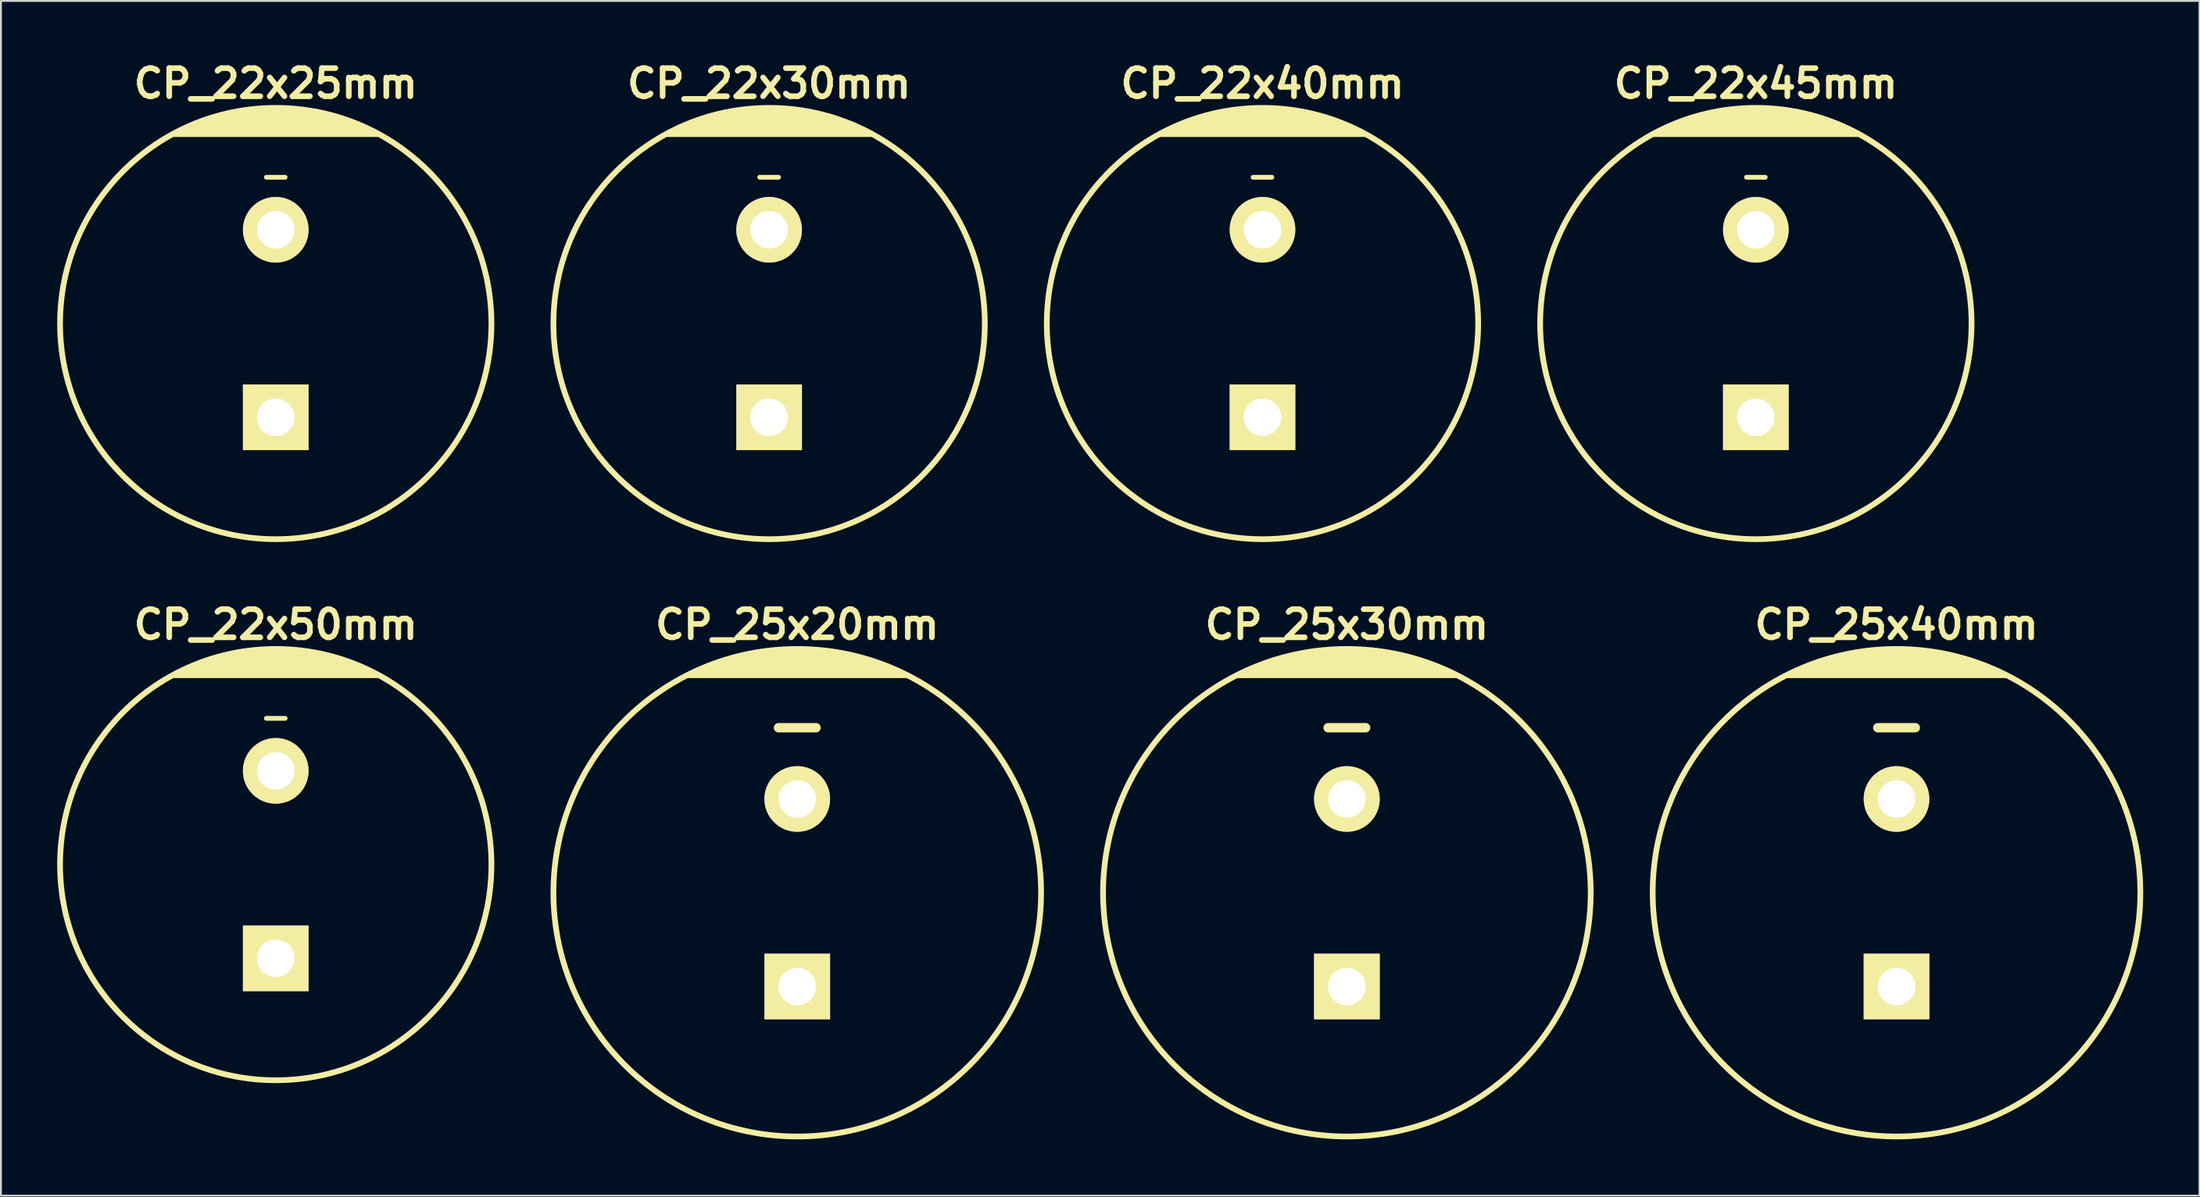
<source format=kicad_pcb>
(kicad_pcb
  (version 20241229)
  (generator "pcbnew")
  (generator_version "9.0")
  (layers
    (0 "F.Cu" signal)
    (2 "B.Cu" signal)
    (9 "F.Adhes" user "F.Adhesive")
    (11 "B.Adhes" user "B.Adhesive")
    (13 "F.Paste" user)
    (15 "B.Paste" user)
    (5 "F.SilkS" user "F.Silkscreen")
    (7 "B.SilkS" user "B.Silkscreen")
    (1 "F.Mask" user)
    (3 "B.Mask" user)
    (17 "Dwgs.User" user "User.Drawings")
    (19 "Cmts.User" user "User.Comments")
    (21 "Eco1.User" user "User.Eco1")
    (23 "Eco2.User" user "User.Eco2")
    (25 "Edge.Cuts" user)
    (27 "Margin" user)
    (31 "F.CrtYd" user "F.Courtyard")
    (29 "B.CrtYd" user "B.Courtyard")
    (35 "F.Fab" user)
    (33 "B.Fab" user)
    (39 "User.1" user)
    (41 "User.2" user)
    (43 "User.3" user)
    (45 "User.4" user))
  (footprint "CP_22x30mm"
    (layer "F.Cu")
    (at 37.957 14.204)
    (property "Reference" "CP_22x30mm" (at 0 -12.8 0) (layer "F.SilkS") (effects (font (size 1.5 1.5) (thickness 0.3))))
    (attr through_hole)
    (fp_line (start -5.4 -10.1) (end 5.4 -10.1) (stroke (width 0.305) (type solid)) (layer "F.SilkS"))
    (fp_line (start -4.5 -10.5) (end 4.5 -10.5) (stroke (width 0.305) (type solid)) (layer "F.SilkS"))
    (fp_line (start -3.5 -10.9) (end 3.5 -10.9) (stroke (width 0.305) (type solid)) (layer "F.SilkS"))
    (fp_line (start -2.9 -11.1) (end 2.9 -11.1) (stroke (width 0.305) (type solid)) (layer "F.SilkS"))
    (fp_line (start -2 -11.3) (end 2 -11.3) (stroke (width 0.305) (type solid)) (layer "F.SilkS"))
    (fp_line (start -0.5 -7.8) (end 0.5 -7.8) (stroke (width 0.254) (type solid)) (layer "F.SilkS"))
    (fp_line (start 4.1 -10.7) (end -4.1 -10.7) (stroke (width 0.305) (type solid)) (layer "F.SilkS"))
    (fp_line (start 5 -10.3) (end -5 -10.3) (stroke (width 0.305) (type solid)) (layer "F.SilkS"))
    (fp_circle (center 0 0) (end -11.5 0) (stroke (width 0.305) (type solid)) (fill no) (layer "F.SilkS"))
    (pad "1" thru_hole rect (at 0 5) (size 3.5 3.5) (drill 2) (layers "*.Cu" "*.Mask" "F.SilkS"))
    (pad "2" thru_hole circle (at 0 -5) (size 3.5 3.5) (drill 2) (layers "*.Cu" "*.Mask" "F.SilkS")))
  (footprint "CP_25x40mm"
    (layer "F.Cu")
    (at 98.067 44.56)
    (property "Reference" "CP_25x40mm" (at 0 -14.3 0) (layer "F.SilkS") (effects (font (size 1.5 1.5) (thickness 0.3))))
    (attr through_hole)
    (fp_line (start -5.8 -11.6) (end 5.8 -11.6) (stroke (width 0.305) (type solid)) (layer "F.SilkS"))
    (fp_line (start -4.9 -12) (end 4.9 -12) (stroke (width 0.305) (type solid)) (layer "F.SilkS"))
    (fp_line (start -3.8 -12.4) (end 3.8 -12.4) (stroke (width 0.305) (type solid)) (layer "F.SilkS"))
    (fp_line (start -2.2 -12.8) (end 2.1 -12.8) (stroke (width 0.305) (type solid)) (layer "F.SilkS"))
    (fp_line (start -1 -8.8) (end 1 -8.8) (stroke (width 0.5) (type solid)) (layer "F.SilkS"))
    (fp_line (start 3 -12.6) (end -3.1 -12.6) (stroke (width 0.305) (type solid)) (layer "F.SilkS"))
    (fp_line (start 4.4 -12.2) (end -4.4 -12.2) (stroke (width 0.305) (type solid)) (layer "F.SilkS"))
    (fp_line (start 5.4 -11.8) (end -5.3 -11.8) (stroke (width 0.305) (type solid)) (layer "F.SilkS"))
    (fp_circle (center 0 0) (end -13 0) (stroke (width 0.305) (type solid)) (fill no) (layer "F.SilkS"))
    (pad "1" thru_hole rect (at 0 5) (size 3.5 3.5) (drill 2) (layers "*.Cu" "*.Mask" "F.SilkS"))
    (pad "2" thru_hole circle (at 0 -5) (size 3.5 3.5) (drill 2) (layers "*.Cu" "*.Mask" "F.SilkS")))
  (footprint "CP_22x25mm"
    (layer "F.Cu")
    (at 11.652 14.204)
    (property "Reference" "CP_22x25mm" (at 0 -12.8 0) (layer "F.SilkS") (effects (font (size 1.5 1.5) (thickness 0.3))))
    (attr through_hole)
    (fp_line (start -5.4 -10.1) (end 5.4 -10.1) (stroke (width 0.305) (type solid)) (layer "F.SilkS"))
    (fp_line (start -4.5 -10.5) (end 4.5 -10.5) (stroke (width 0.305) (type solid)) (layer "F.SilkS"))
    (fp_line (start -3.5 -10.9) (end 3.5 -10.9) (stroke (width 0.305) (type solid)) (layer "F.SilkS"))
    (fp_line (start -2.9 -11.1) (end 2.9 -11.1) (stroke (width 0.305) (type solid)) (layer "F.SilkS"))
    (fp_line (start -2 -11.3) (end 2 -11.3) (stroke (width 0.305) (type solid)) (layer "F.SilkS"))
    (fp_line (start -0.5 -7.8) (end 0.5 -7.8) (stroke (width 0.254) (type solid)) (layer "F.SilkS"))
    (fp_line (start 4.1 -10.7) (end -4.1 -10.7) (stroke (width 0.305) (type solid)) (layer "F.SilkS"))
    (fp_line (start 5 -10.3) (end -5 -10.3) (stroke (width 0.305) (type solid)) (layer "F.SilkS"))
    (fp_circle (center 0 0) (end -11.5 0) (stroke (width 0.305) (type solid)) (fill no) (layer "F.SilkS"))
    (pad "1" thru_hole rect (at 0 5) (size 3.5 3.5) (drill 2) (layers "*.Cu" "*.Mask" "F.SilkS"))
    (pad "2" thru_hole circle (at 0 -5) (size 3.5 3.5) (drill 2) (layers "*.Cu" "*.Mask" "F.SilkS")))
  (footprint "CP_25x30mm"
    (layer "F.Cu")
    (at 68.762 44.56)
    (property "Reference" "CP_25x30mm" (at 0 -14.3 0) (layer "F.SilkS") (effects (font (size 1.5 1.5) (thickness 0.3))))
    (attr through_hole)
    (fp_line (start -5.8 -11.6) (end 5.8 -11.6) (stroke (width 0.305) (type solid)) (layer "F.SilkS"))
    (fp_line (start -4.9 -12) (end 4.9 -12) (stroke (width 0.305) (type solid)) (layer "F.SilkS"))
    (fp_line (start -3.8 -12.4) (end 3.8 -12.4) (stroke (width 0.305) (type solid)) (layer "F.SilkS"))
    (fp_line (start -2.2 -12.8) (end 2.1 -12.8) (stroke (width 0.305) (type solid)) (layer "F.SilkS"))
    (fp_line (start -1 -8.8) (end 1 -8.8) (stroke (width 0.5) (type solid)) (layer "F.SilkS"))
    (fp_line (start 3 -12.6) (end -3.1 -12.6) (stroke (width 0.305) (type solid)) (layer "F.SilkS"))
    (fp_line (start 4.4 -12.2) (end -4.4 -12.2) (stroke (width 0.305) (type solid)) (layer "F.SilkS"))
    (fp_line (start 5.4 -11.8) (end -5.3 -11.8) (stroke (width 0.305) (type solid)) (layer "F.SilkS"))
    (fp_circle (center 0 0) (end -13 0) (stroke (width 0.305) (type solid)) (fill no) (layer "F.SilkS"))
    (pad "1" thru_hole rect (at 0 5) (size 3.5 3.5) (drill 2) (layers "*.Cu" "*.Mask" "F.SilkS"))
    (pad "2" thru_hole circle (at 0 -5) (size 3.5 3.5) (drill 2) (layers "*.Cu" "*.Mask" "F.SilkS")))
  (footprint "CP_22x40mm"
    (layer "F.Cu")
    (at 64.262 14.204)
    (property "Reference" "CP_22x40mm" (at 0 -12.8 0) (layer "F.SilkS") (effects (font (size 1.5 1.5) (thickness 0.3))))
    (attr through_hole)
    (fp_line (start -5.4 -10.1) (end 5.4 -10.1) (stroke (width 0.305) (type solid)) (layer "F.SilkS"))
    (fp_line (start -4.5 -10.5) (end 4.5 -10.5) (stroke (width 0.305) (type solid)) (layer "F.SilkS"))
    (fp_line (start -3.5 -10.9) (end 3.5 -10.9) (stroke (width 0.305) (type solid)) (layer "F.SilkS"))
    (fp_line (start -2.9 -11.1) (end 2.9 -11.1) (stroke (width 0.305) (type solid)) (layer "F.SilkS"))
    (fp_line (start -2 -11.3) (end 2 -11.3) (stroke (width 0.305) (type solid)) (layer "F.SilkS"))
    (fp_line (start -0.5 -7.8) (end 0.5 -7.8) (stroke (width 0.254) (type solid)) (layer "F.SilkS"))
    (fp_line (start 4.1 -10.7) (end -4.1 -10.7) (stroke (width 0.305) (type solid)) (layer "F.SilkS"))
    (fp_line (start 5 -10.3) (end -5 -10.3) (stroke (width 0.305) (type solid)) (layer "F.SilkS"))
    (fp_circle (center 0 0) (end -11.5 0) (stroke (width 0.305) (type solid)) (fill no) (layer "F.SilkS"))
    (pad "1" thru_hole rect (at 0 5) (size 3.5 3.5) (drill 2) (layers "*.Cu" "*.Mask" "F.SilkS"))
    (pad "2" thru_hole circle (at 0 -5) (size 3.5 3.5) (drill 2) (layers "*.Cu" "*.Mask" "F.SilkS")))
  (footprint "CP_22x50mm"
    (layer "F.Cu")
    (at 11.652 43.06)
    (property "Reference" "CP_22x50mm" (at 0 -12.8 0) (layer "F.SilkS") (effects (font (size 1.5 1.5) (thickness 0.3))))
    (attr through_hole)
    (fp_line (start -5.4 -10.1) (end 5.4 -10.1) (stroke (width 0.305) (type solid)) (layer "F.SilkS"))
    (fp_line (start -4.5 -10.5) (end 4.5 -10.5) (stroke (width 0.305) (type solid)) (layer "F.SilkS"))
    (fp_line (start -3.5 -10.9) (end 3.5 -10.9) (stroke (width 0.305) (type solid)) (layer "F.SilkS"))
    (fp_line (start -2.9 -11.1) (end 2.9 -11.1) (stroke (width 0.305) (type solid)) (layer "F.SilkS"))
    (fp_line (start -2 -11.3) (end 2 -11.3) (stroke (width 0.305) (type solid)) (layer "F.SilkS"))
    (fp_line (start -0.5 -7.8) (end 0.5 -7.8) (stroke (width 0.254) (type solid)) (layer "F.SilkS"))
    (fp_line (start 4.1 -10.7) (end -4.1 -10.7) (stroke (width 0.305) (type solid)) (layer "F.SilkS"))
    (fp_line (start 5 -10.3) (end -5 -10.3) (stroke (width 0.305) (type solid)) (layer "F.SilkS"))
    (fp_circle (center 0 0) (end -11.5 0) (stroke (width 0.305) (type solid)) (fill no) (layer "F.SilkS"))
    (pad "1" thru_hole rect (at 0 5) (size 3.5 3.5) (drill 2) (layers "*.Cu" "*.Mask" "F.SilkS"))
    (pad "2" thru_hole circle (at 0 -5) (size 3.5 3.5) (drill 2) (layers "*.Cu" "*.Mask" "F.SilkS")))
  (footprint "CP_22x45mm"
    (layer "F.Cu")
    (at 90.567 14.204)
    (property "Reference" "CP_22x45mm" (at 0 -12.8 0) (layer "F.SilkS") (effects (font (size 1.5 1.5) (thickness 0.3))))
    (attr through_hole)
    (fp_line (start -5.4 -10.1) (end 5.4 -10.1) (stroke (width 0.305) (type solid)) (layer "F.SilkS"))
    (fp_line (start -4.5 -10.5) (end 4.5 -10.5) (stroke (width 0.305) (type solid)) (layer "F.SilkS"))
    (fp_line (start -3.5 -10.9) (end 3.5 -10.9) (stroke (width 0.305) (type solid)) (layer "F.SilkS"))
    (fp_line (start -2.9 -11.1) (end 2.9 -11.1) (stroke (width 0.305) (type solid)) (layer "F.SilkS"))
    (fp_line (start -2 -11.3) (end 2 -11.3) (stroke (width 0.305) (type solid)) (layer "F.SilkS"))
    (fp_line (start -0.5 -7.8) (end 0.5 -7.8) (stroke (width 0.254) (type solid)) (layer "F.SilkS"))
    (fp_line (start 4.1 -10.7) (end -4.1 -10.7) (stroke (width 0.305) (type solid)) (layer "F.SilkS"))
    (fp_line (start 5 -10.3) (end -5 -10.3) (stroke (width 0.305) (type solid)) (layer "F.SilkS"))
    (fp_circle (center 0 0) (end -11.5 0) (stroke (width 0.305) (type solid)) (fill no) (layer "F.SilkS"))
    (pad "1" thru_hole rect (at 0 5) (size 3.5 3.5) (drill 2) (layers "*.Cu" "*.Mask" "F.SilkS"))
    (pad "2" thru_hole circle (at 0 -5) (size 3.5 3.5) (drill 2) (layers "*.Cu" "*.Mask" "F.SilkS")))
  (footprint "CP_25x20mm"
    (layer "F.Cu")
    (at 39.457 44.56)
    (property "Reference" "CP_25x20mm" (at 0 -14.3 0) (layer "F.SilkS") (effects (font (size 1.5 1.5) (thickness 0.3))))
    (attr through_hole)
    (fp_line (start -5.8 -11.6) (end 5.8 -11.6) (stroke (width 0.305) (type solid)) (layer "F.SilkS"))
    (fp_line (start -4.9 -12) (end 4.9 -12) (stroke (width 0.305) (type solid)) (layer "F.SilkS"))
    (fp_line (start -3.8 -12.4) (end 3.8 -12.4) (stroke (width 0.305) (type solid)) (layer "F.SilkS"))
    (fp_line (start -2.2 -12.8) (end 2.1 -12.8) (stroke (width 0.305) (type solid)) (layer "F.SilkS"))
    (fp_line (start -1 -8.8) (end 1 -8.8) (stroke (width 0.5) (type solid)) (layer "F.SilkS"))
    (fp_line (start 3 -12.6) (end -3.1 -12.6) (stroke (width 0.305) (type solid)) (layer "F.SilkS"))
    (fp_line (start 4.4 -12.2) (end -4.4 -12.2) (stroke (width 0.305) (type solid)) (layer "F.SilkS"))
    (fp_line (start 5.4 -11.8) (end -5.3 -11.8) (stroke (width 0.305) (type solid)) (layer "F.SilkS"))
    (fp_circle (center 0 0) (end -13 0) (stroke (width 0.305) (type solid)) (fill no) (layer "F.SilkS"))
    (pad "1" thru_hole rect (at 0 5) (size 3.5 3.5) (drill 2) (layers "*.Cu" "*.Mask" "F.SilkS"))
    (pad "2" thru_hole circle (at 0 -5) (size 3.5 3.5) (drill 2) (layers "*.Cu" "*.Mask" "F.SilkS")))
  (gr_rect
    (start -3 -3)
    (end 114.219 60.713)
    (stroke (width 0.1) (type default))
    (fill no)
    (layer "Edge.Cuts")))
</source>
